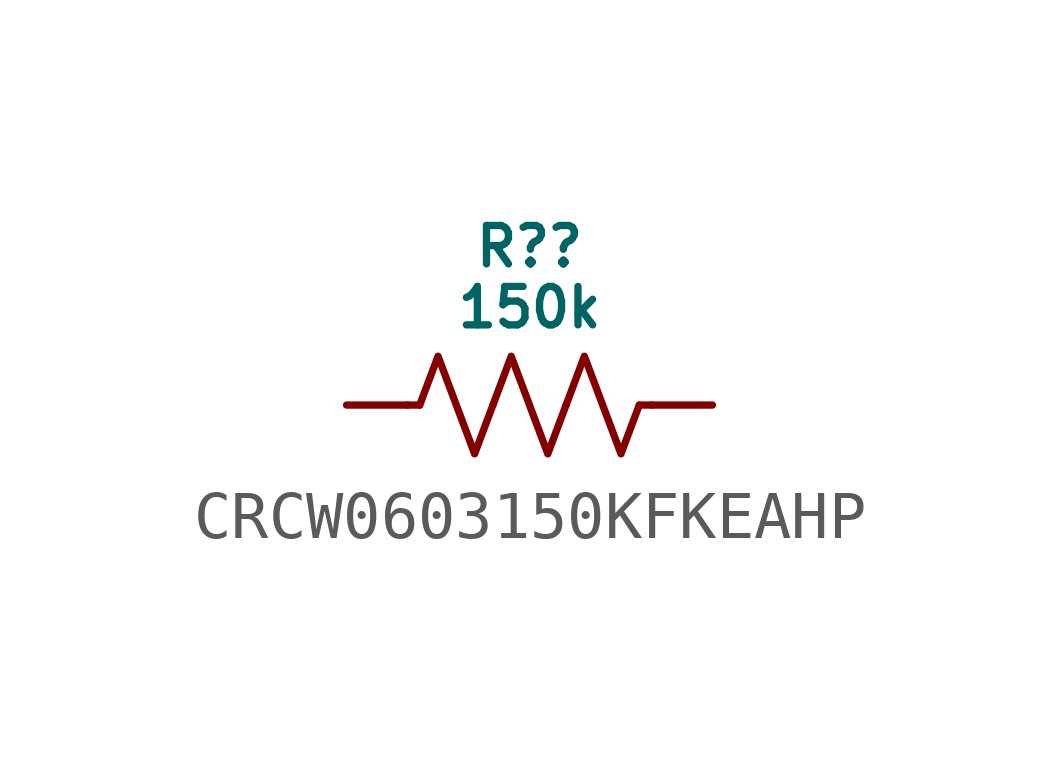
<source format=kicad_sym>
(kicad_symbol_lib
  (version 20231120)
  (generator "kicad_symbol_editor")
  (generator_version "8.0")
  (symbol "CRCW0603150KFKEAHP"
    (pin_numbers hide)
    (pin_names hide)
    (property "Reference" "R?"
      (at 0 3.302 0)
      (do_not_autoplace)
      (effects (font (size 0.8 0.8))))
    (property "Value" "150k"
      (at 0 2.032 0)
      (do_not_autoplace)
      (effects (font (size 0.8 0.8))))
    (symbol "CRCW0603150KFKEAHP_0_1"
      (polyline (pts (xy -2.286 0) (xy -2.54 0)) (stroke (width 0) (type default)) (fill (type none)))
      (polyline (pts (xy 2.286 0) (xy 2.54 0)) (stroke (width 0) (type default)) (fill (type none)))
      (polyline (pts (xy -2.286 0) (xy -1.905 1.016) (xy -1.524 0) (xy -1.143 -1.016) (xy -0.762 0)) (stroke (width 0) (type default)) (fill (type none)))
      (polyline (pts (xy -0.762 0) (xy -0.381 1.016) (xy 0 0) (xy 0.381 -1.016) (xy 0.762 0)) (stroke (width 0) (type default)) (fill (type none)))
      (polyline (pts (xy 0.762 0) (xy 1.143 1.016) (xy 1.524 0) (xy 1.905 -1.016) (xy 2.286 0)) (stroke (width 0) (type default)) (fill (type none))))
    (symbol "CRCW0603150KFKEAHP_1_0"
      (pin passive line (at -3.81 0 0) (length 1.27) (name "" (effects (font (size 0.8 0.8)))) (number "1" (effects (font (size 0.8 0.8)))))
      (pin passive line (at 3.81 0 180) (length 1.27) (name "" (effects (font (size 0.8 0.8)))) (number "2" (effects (font (size 0.8 0.8))))))))
</source>
